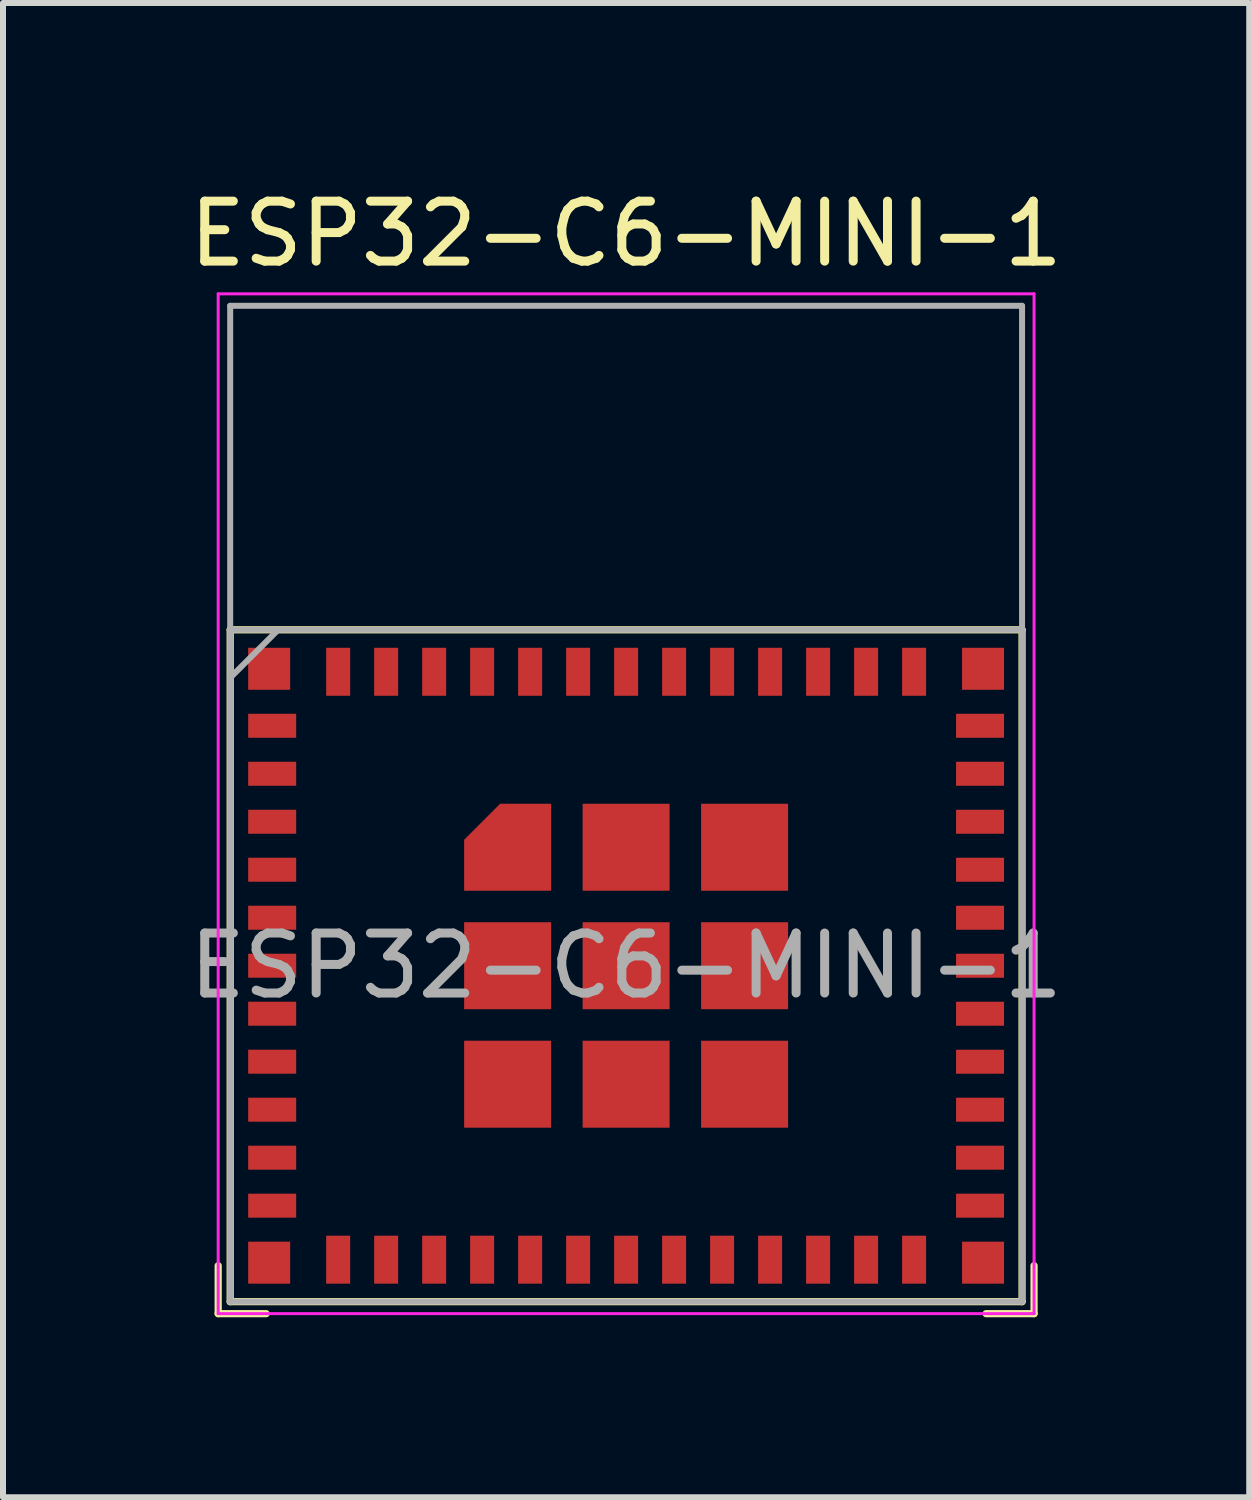
<source format=kicad_pcb>
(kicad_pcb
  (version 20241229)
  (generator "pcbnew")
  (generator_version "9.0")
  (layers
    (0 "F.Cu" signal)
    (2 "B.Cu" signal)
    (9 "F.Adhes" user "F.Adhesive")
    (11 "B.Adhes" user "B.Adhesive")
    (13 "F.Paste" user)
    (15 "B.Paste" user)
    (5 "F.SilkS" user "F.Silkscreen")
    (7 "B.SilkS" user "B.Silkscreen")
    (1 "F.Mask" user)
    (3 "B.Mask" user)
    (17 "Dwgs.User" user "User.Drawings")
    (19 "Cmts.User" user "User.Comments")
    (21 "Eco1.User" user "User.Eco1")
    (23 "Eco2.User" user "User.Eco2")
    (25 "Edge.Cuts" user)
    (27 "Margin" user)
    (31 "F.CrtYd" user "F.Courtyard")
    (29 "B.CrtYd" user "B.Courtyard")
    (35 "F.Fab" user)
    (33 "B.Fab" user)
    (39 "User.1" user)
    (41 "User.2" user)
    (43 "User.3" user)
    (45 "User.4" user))
  (footprint "ESP32-C6-MINI-1"
    (layer "F.Cu")
    (at 7.387 10.348)
    (property "Reference" "ESP32-C6-MINI-1" (at 0 -9.5 0) (layer "F.SilkS") (effects (font (size 1 1) (thickness 0.15))))
    (attr smd)
    (fp_line (start -6.8 7.7) (end -6.8 8.5) (stroke (width 0.12) (type solid)) (layer "F.SilkS"))
    (fp_line (start -6.8 8.5) (end -6 8.5) (stroke (width 0.12) (type solid)) (layer "F.SilkS"))
    (fp_line (start -6.6 -2.9) (end 6.6 -2.9) (stroke (width 0.12) (type solid)) (layer "F.SilkS"))
    (fp_line (start -6.6 8.3) (end -6.6 -2.9) (stroke (width 0.12) (type solid)) (layer "F.SilkS"))
    (fp_line (start 6.6 -2.9) (end 6.6 8.3) (stroke (width 0.12) (type solid)) (layer "F.SilkS"))
    (fp_line (start 6.6 8.3) (end -6.6 8.3) (stroke (width 0.12) (type solid)) (layer "F.SilkS"))
    (fp_line (start 6.8 7.7) (end 6.8 8.5) (stroke (width 0.12) (type solid)) (layer "F.SilkS"))
    (fp_line (start 6.8 8.5) (end 6 8.5) (stroke (width 0.12) (type solid)) (layer "F.SilkS"))
    (fp_line (start -6.8 -8.5) (end 6.8 -8.5) (stroke (width 0.05) (type solid)) (layer "F.CrtYd"))
    (fp_line (start -6.8 8.5) (end -6.8 -8.5) (stroke (width 0.05) (type solid)) (layer "F.CrtYd"))
    (fp_line (start 6.8 -8.5) (end 6.8 8.5) (stroke (width 0.05) (type solid)) (layer "F.CrtYd"))
    (fp_line (start 6.8 8.5) (end -6.8 8.5) (stroke (width 0.05) (type solid)) (layer "F.CrtYd"))
    (fp_line (start -6.6 8.3) (end -6.6 -8.3) (stroke (width 0.1) (type solid)) (layer "F.Fab"))
    (fp_line (start -6.6 8.3) (end 6.6 8.3) (stroke (width 0.1) (type solid)) (layer "F.Fab"))
    (fp_line (start -5.8 -2.9) (end -6.6 -2.1) (stroke (width 0.1) (type solid)) (layer "F.Fab"))
    (fp_line (start 6.6 -8.3) (end -6.6 -8.3) (stroke (width 0.1) (type solid)) (layer "F.Fab"))
    (fp_line (start 6.6 -2.9) (end -6.6 -2.9) (stroke (width 0.1) (type solid)) (layer "F.Fab"))
    (fp_line (start 6.6 8.3) (end 6.6 -8.3) (stroke (width 0.1) (type solid)) (layer "F.Fab"))
    (fp_line (start -6.6 -8.3) (end 6.6 -8.3) (stroke (width 0.12) (type solid)) (layer "User.1"))
    (fp_line (start -5.925 -8.5) (end -6.775 -8.5) (stroke (width 0.12) (type solid)) (layer "User.1"))
    (fp_line (start 6.05 -8.5) (end 6.8 -8.5) (stroke (width 0.12) (type solid)) (layer "User.1"))
    (fp_line (start 6.8 -8.5) (end 6.8 -7.9) (stroke (width 0.12) (type solid)) (layer "User.1"))
    (fp_text user "${REFERENCE}" (at 0 2.7 0) (layer "F.Fab") (effects (font (size 1 1) (thickness 0.15))))
    (fp_text user "Antenna Area" (at 0 -5.85 0) (layer "User.1") (effects (font (size 1 1) (thickness 0.15))))
    (pad "1" smd rect (at -5.9 -1.3 90) (size 0.4 0.8) (layers "F.Cu" "F.Mask" "F.Paste"))
    (pad "2" smd rect (at -5.9 -0.5 90) (size 0.4 0.8) (layers "F.Cu" "F.Mask" "F.Paste"))
    (pad "3" smd rect (at -5.9 0.3 90) (size 0.4 0.8) (layers "F.Cu" "F.Mask" "F.Paste"))
    (pad "4" smd rect (at -5.9 1.1 90) (size 0.4 0.8) (layers "F.Cu" "F.Mask" "F.Paste"))
    (pad "5" smd rect (at -5.9 1.9 90) (size 0.4 0.8) (layers "F.Cu" "F.Mask" "F.Paste"))
    (pad "6" smd rect (at -5.9 2.7 90) (size 0.4 0.8) (layers "F.Cu" "F.Mask" "F.Paste"))
    (pad "7" smd rect (at -5.9 3.5 90) (size 0.4 0.8) (layers "F.Cu" "F.Mask" "F.Paste"))
    (pad "8" smd rect (at -5.9 4.3 90) (size 0.4 0.8) (layers "F.Cu" "F.Mask" "F.Paste"))
    (pad "9" smd rect (at -5.9 5.1 90) (size 0.4 0.8) (layers "F.Cu" "F.Mask" "F.Paste"))
    (pad "10" smd rect (at -5.9 5.9 90) (size 0.4 0.8) (layers "F.Cu" "F.Mask" "F.Paste"))
    (pad "11" smd rect (at -5.9 6.7 90) (size 0.4 0.8) (layers "F.Cu" "F.Mask" "F.Paste"))
    (pad "12" smd rect (at -4.8 7.6) (size 0.4 0.8) (layers "F.Cu" "F.Mask" "F.Paste"))
    (pad "13" smd rect (at -4 7.6) (size 0.4 0.8) (layers "F.Cu" "F.Mask" "F.Paste"))
    (pad "14" smd rect (at -3.2 7.6) (size 0.4 0.8) (layers "F.Cu" "F.Mask" "F.Paste"))
    (pad "15" smd rect (at -2.4 7.6) (size 0.4 0.8) (layers "F.Cu" "F.Mask" "F.Paste"))
    (pad "16" smd rect (at -1.6 7.6) (size 0.4 0.8) (layers "F.Cu" "F.Mask" "F.Paste"))
    (pad "17" smd rect (at -0.8 7.6) (size 0.4 0.8) (layers "F.Cu" "F.Mask" "F.Paste"))
    (pad "18" smd rect (at 0 7.6) (size 0.4 0.8) (layers "F.Cu" "F.Mask" "F.Paste"))
    (pad "19" smd rect (at 0.8 7.6) (size 0.4 0.8) (layers "F.Cu" "F.Mask" "F.Paste"))
    (pad "20" smd rect (at 1.6 7.6) (size 0.4 0.8) (layers "F.Cu" "F.Mask" "F.Paste"))
    (pad "21" smd rect (at 2.4 7.6) (size 0.4 0.8) (layers "F.Cu" "F.Mask" "F.Paste"))
    (pad "22" smd rect (at 3.2 7.6) (size 0.4 0.8) (layers "F.Cu" "F.Mask" "F.Paste"))
    (pad "23" smd rect (at 4 7.6) (size 0.4 0.8) (layers "F.Cu" "F.Mask" "F.Paste"))
    (pad "24" smd rect (at 4.8 7.6) (size 0.4 0.8) (layers "F.Cu" "F.Mask" "F.Paste"))
    (pad "25" smd rect (at 5.9 6.7 90) (size 0.4 0.8) (layers "F.Cu" "F.Mask" "F.Paste"))
    (pad "26" smd rect (at 5.9 5.9 90) (size 0.4 0.8) (layers "F.Cu" "F.Mask" "F.Paste"))
    (pad "27" smd rect (at 5.9 5.1 90) (size 0.4 0.8) (layers "F.Cu" "F.Mask" "F.Paste"))
    (pad "28" smd rect (at 5.9 4.3 90) (size 0.4 0.8) (layers "F.Cu" "F.Mask" "F.Paste"))
    (pad "29" smd rect (at 5.9 3.5 90) (size 0.4 0.8) (layers "F.Cu" "F.Mask" "F.Paste"))
    (pad "30" smd rect (at 5.9 2.7 90) (size 0.4 0.8) (layers "F.Cu" "F.Mask" "F.Paste"))
    (pad "31" smd rect (at 5.9 1.9 90) (size 0.4 0.8) (layers "F.Cu" "F.Mask" "F.Paste"))
    (pad "32" smd rect (at 5.9 1.1 90) (size 0.4 0.8) (layers "F.Cu" "F.Mask" "F.Paste"))
    (pad "33" smd rect (at 5.9 0.3 90) (size 0.4 0.8) (layers "F.Cu" "F.Mask" "F.Paste"))
    (pad "34" smd rect (at 5.9 -0.5 90) (size 0.4 0.8) (layers "F.Cu" "F.Mask" "F.Paste"))
    (pad "35" smd rect (at 5.9 -1.3 90) (size 0.4 0.8) (layers "F.Cu" "F.Mask" "F.Paste"))
    (pad "36" smd rect (at 4.8 -2.2) (size 0.4 0.8) (layers "F.Cu" "F.Mask" "F.Paste"))
    (pad "37" smd rect (at 4 -2.2) (size 0.4 0.8) (layers "F.Cu" "F.Mask" "F.Paste"))
    (pad "38" smd rect (at 3.2 -2.2) (size 0.4 0.8) (layers "F.Cu" "F.Mask" "F.Paste"))
    (pad "39" smd rect (at 2.4 -2.2) (size 0.4 0.8) (layers "F.Cu" "F.Mask" "F.Paste"))
    (pad "40" smd rect (at 1.6 -2.2) (size 0.4 0.8) (layers "F.Cu" "F.Mask" "F.Paste"))
    (pad "41" smd rect (at 0.8 -2.2) (size 0.4 0.8) (layers "F.Cu" "F.Mask" "F.Paste"))
    (pad "42" smd rect (at 0 -2.2) (size 0.4 0.8) (layers "F.Cu" "F.Mask" "F.Paste"))
    (pad "43" smd rect (at -0.8 -2.2) (size 0.4 0.8) (layers "F.Cu" "F.Mask" "F.Paste"))
    (pad "44" smd rect (at -1.6 -2.2) (size 0.4 0.8) (layers "F.Cu" "F.Mask" "F.Paste"))
    (pad "45" smd rect (at -2.4 -2.2) (size 0.4 0.8) (layers "F.Cu" "F.Mask" "F.Paste"))
    (pad "46" smd rect (at -3.2 -2.2) (size 0.4 0.8) (layers "F.Cu" "F.Mask" "F.Paste"))
    (pad "47" smd rect (at -4 -2.2) (size 0.4 0.8) (layers "F.Cu" "F.Mask" "F.Paste"))
    (pad "48" smd rect (at -4.8 -2.2) (size 0.4 0.8) (layers "F.Cu" "F.Mask" "F.Paste"))
    (pad "49" smd custom (at -1.975 0.725) (size 0.8 0.8) (layers "F.Cu" "F.Mask" "F.Paste") (options (anchor rect)) (primitives (gr_poly (pts (xy 0.725 0.725) (xy -0.725 0.725) (xy -0.725 -0.125) (xy -0.125 -0.725) (xy 0.725 -0.725)) (width 0) (fill yes))))
    (pad "49" smd rect (at -1.975 2.7 90) (size 1.45 1.45) (layers "F.Cu" "F.Mask" "F.Paste"))
    (pad "49" smd rect (at -1.975 4.675 90) (size 1.45 1.45) (layers "F.Cu" "F.Mask" "F.Paste"))
    (pad "49" smd rect (at 0 0.725 90) (size 1.45 1.45) (layers "F.Cu" "F.Mask" "F.Paste"))
    (pad "49" smd rect (at 0 2.7 90) (size 1.45 1.45) (layers "F.Cu" "F.Mask" "F.Paste"))
    (pad "49" smd rect (at 0 4.675 90) (size 1.45 1.45) (layers "F.Cu" "F.Mask" "F.Paste"))
    (pad "49" smd rect (at 1.975 0.725 90) (size 1.45 1.45) (layers "F.Cu" "F.Mask" "F.Paste"))
    (pad "49" smd rect (at 1.975 2.7 90) (size 1.45 1.45) (layers "F.Cu" "F.Mask" "F.Paste"))
    (pad "49" smd rect (at 1.975 4.675 90) (size 1.45 1.45) (layers "F.Cu" "F.Mask" "F.Paste"))
    (pad "50" smd rect (at 5.95 -2.25 90) (size 0.7 0.7) (layers "F.Cu" "F.Mask" "F.Paste"))
    (pad "51" smd rect (at 5.95 7.65 90) (size 0.7 0.7) (layers "F.Cu" "F.Mask" "F.Paste"))
    (pad "52" smd rect (at -5.95 7.65 90) (size 0.7 0.7) (layers "F.Cu" "F.Mask" "F.Paste"))
    (pad "53" smd rect (at -5.95 -2.25 90) (size 0.7 0.7) (layers "F.Cu" "F.Mask" "F.Paste"))
    (zone (net_name "") (layers "F.Cu" "B.Cu") (name "antenna keepout") (hatch edge 0.508) (connect_pads) (min_thickness 0.254) (filled_areas_thickness no) (keepout (tracks not_allowed) (vias not_allowed) (pads not_allowed) (copperpour not_allowed) (footprints not_allowed)) (placement (enabled no)) (fill) (polygon (pts (xy 13.987 7.448) (xy 0.787 7.448) (xy 0.787 2.048) (xy 13.987 2.048)))))
  (gr_rect
    (start -3 -3)
    (end 17.774 21.908)
    (stroke (width 0.1) (type default))
    (fill no)
    (layer "Edge.Cuts")))
</source>
